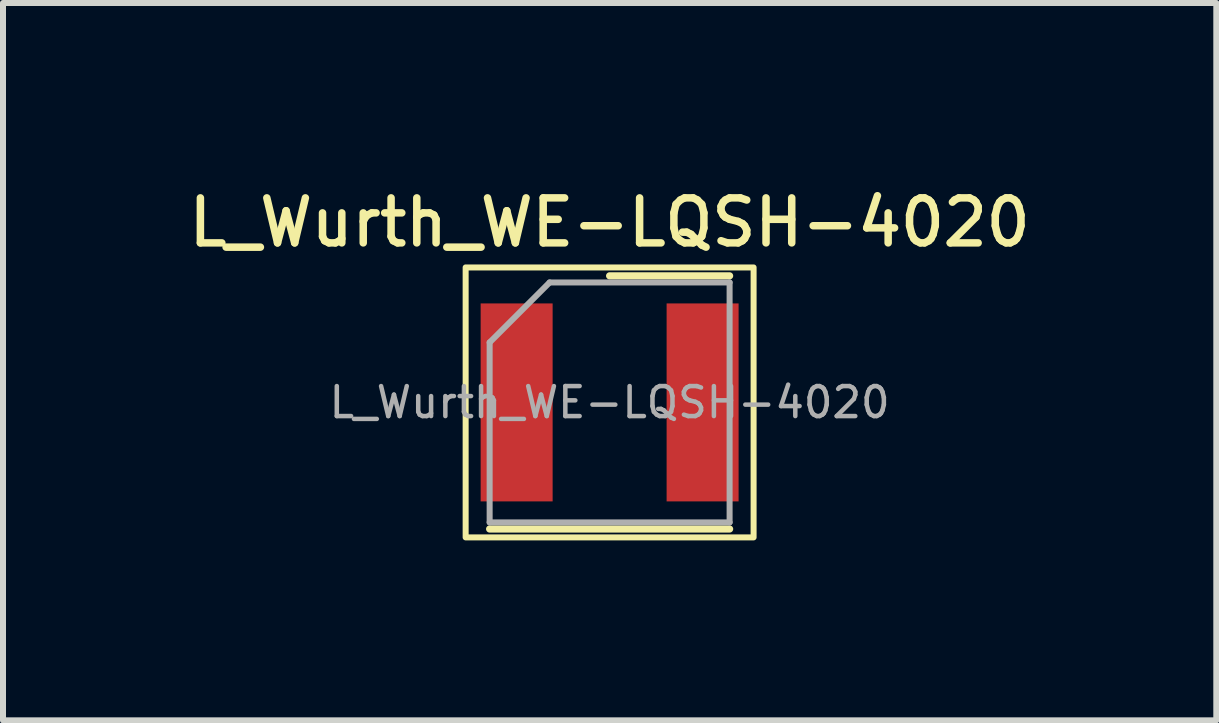
<source format=kicad_pcb>
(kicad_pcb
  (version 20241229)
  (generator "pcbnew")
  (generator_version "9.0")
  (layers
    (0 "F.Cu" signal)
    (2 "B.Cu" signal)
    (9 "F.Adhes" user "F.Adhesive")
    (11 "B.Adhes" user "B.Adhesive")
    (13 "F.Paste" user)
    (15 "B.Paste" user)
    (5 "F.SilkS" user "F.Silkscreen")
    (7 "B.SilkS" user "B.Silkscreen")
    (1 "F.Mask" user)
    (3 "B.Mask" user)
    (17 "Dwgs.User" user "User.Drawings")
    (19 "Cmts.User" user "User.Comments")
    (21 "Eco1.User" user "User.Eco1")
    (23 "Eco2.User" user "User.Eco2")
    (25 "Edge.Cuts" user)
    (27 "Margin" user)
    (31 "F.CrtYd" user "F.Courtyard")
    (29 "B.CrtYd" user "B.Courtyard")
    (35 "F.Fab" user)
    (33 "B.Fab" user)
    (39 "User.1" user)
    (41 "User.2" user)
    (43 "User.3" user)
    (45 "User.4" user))
  (footprint "L_Wurth_WE-LQSH-4020"
    (layer "F.Cu")
    (at 7.112 3.658)
    (property "Reference" "L_Wurth_WE-LQSH-4020" (at 0 -3 0) (unlocked yes) (layer "F.SilkS") (effects (font (size 0.75 0.75) (thickness 0.125))))
    (attr smd)
    (fp_line (start -2 2.11) (end 2 2.11) (stroke (width 0.12) (type solid)) (layer "F.SilkS"))
    (fp_line (start 0 -2.11) (end 2 -2.11) (stroke (width 0.12) (type solid)) (layer "F.SilkS"))
    (fp_rect (start -2.4 -2.25) (end 2.4 2.25) (stroke (width 0.1) (type solid)) (fill no) (layer "F.SilkS"))
    (fp_line (start -2 -1) (end -2 2) (stroke (width 0.1) (type solid)) (layer "F.Fab"))
    (fp_line (start -2 2) (end 2 2) (stroke (width 0.1) (type solid)) (layer "F.Fab"))
    (fp_line (start -1 -2) (end -2 -1) (stroke (width 0.1) (type solid)) (layer "F.Fab"))
    (fp_line (start -1 -2) (end 2 -2) (stroke (width 0.1) (type solid)) (layer "F.Fab"))
    (fp_line (start 2 -2) (end 2 2) (stroke (width 0.1) (type solid)) (layer "F.Fab"))
    (fp_text user "${REFERENCE}" (at 0 0 0) (unlocked yes) (layer "F.Fab") (effects (font (size 0.5 0.5) (thickness 0.075))))
    (pad "1" smd rect (at -1.55 0) (size 1.2 3.3) (layers "F.Cu" "F.Mask" "F.Paste"))
    (pad "2" smd rect (at 1.55 0) (size 1.2 3.3) (layers "F.Cu" "F.Mask" "F.Paste")))
  (gr_rect
    (start -3 -3)
    (end 17.225 8.958)
    (stroke (width 0.1) (type default))
    (fill no)
    (layer "Edge.Cuts")))
</source>
